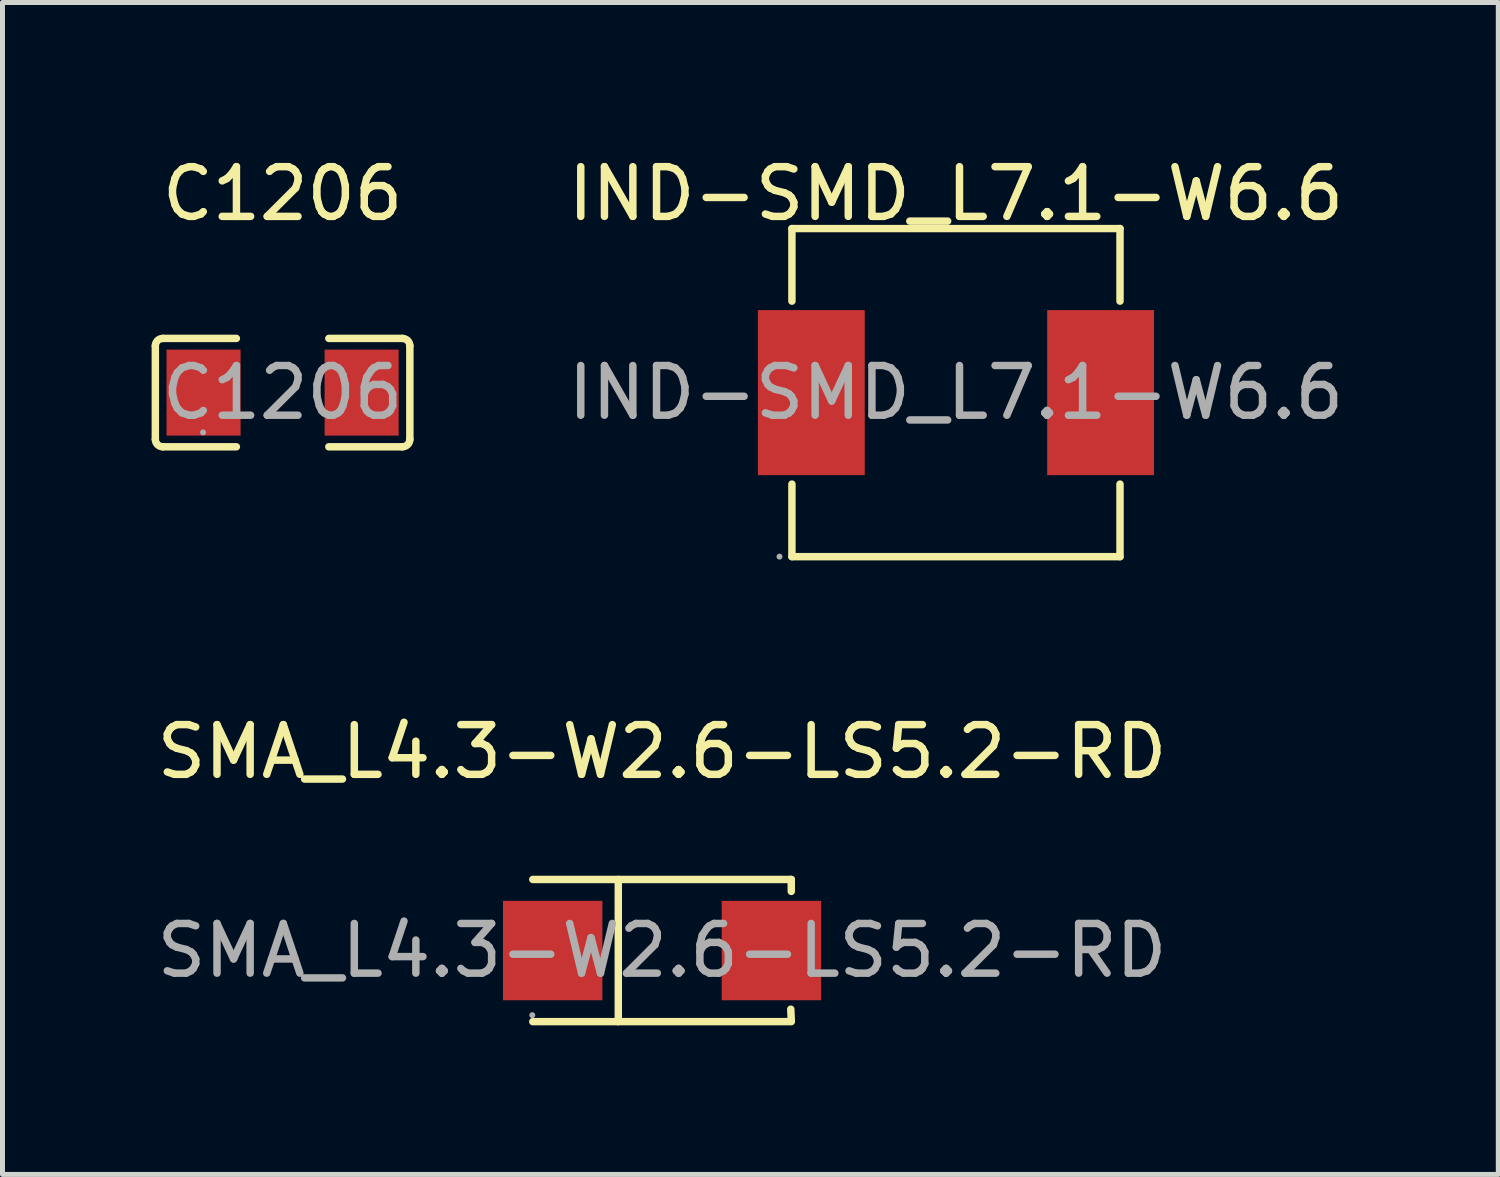
<source format=kicad_pcb>
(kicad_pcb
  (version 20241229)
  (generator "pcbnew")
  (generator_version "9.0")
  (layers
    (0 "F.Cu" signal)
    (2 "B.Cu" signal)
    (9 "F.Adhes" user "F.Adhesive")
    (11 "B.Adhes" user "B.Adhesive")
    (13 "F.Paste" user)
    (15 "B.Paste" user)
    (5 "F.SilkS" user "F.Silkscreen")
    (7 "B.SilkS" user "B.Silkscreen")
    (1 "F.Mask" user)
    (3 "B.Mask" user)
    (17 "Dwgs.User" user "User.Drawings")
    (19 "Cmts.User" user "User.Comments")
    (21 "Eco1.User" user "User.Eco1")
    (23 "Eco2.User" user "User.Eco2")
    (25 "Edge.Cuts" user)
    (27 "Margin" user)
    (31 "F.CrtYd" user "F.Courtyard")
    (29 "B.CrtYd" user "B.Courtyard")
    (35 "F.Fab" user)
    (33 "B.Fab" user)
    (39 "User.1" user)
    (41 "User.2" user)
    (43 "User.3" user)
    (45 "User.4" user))
  (footprint "IND-SMD_L7.1-W6.6"
    (layer "F.Cu")
    (at 16.181 4.848)
    (property "Reference" "IND-SMD_L7.1-W6.6" (at 0 -4 0) (layer "F.SilkS") (effects (font (size 1 1) (thickness 0.15))))
    (attr smd)
    (fp_line (start -3.3 -3.3) (end -3.3 -1.84) (stroke (width 0.15) (type solid)) (layer "F.SilkS"))
    (fp_line (start -3.3 1.84) (end -3.3 3.3) (stroke (width 0.15) (type solid)) (layer "F.SilkS"))
    (fp_line (start -3.3 3.3) (end 3.3 3.3) (stroke (width 0.15) (type solid)) (layer "F.SilkS"))
    (fp_line (start 3.3 -3.3) (end -3.3 -3.3) (stroke (width 0.15) (type solid)) (layer "F.SilkS"))
    (fp_line (start 3.3 -1.84) (end 3.3 -3.3) (stroke (width 0.15) (type solid)) (layer "F.SilkS"))
    (fp_line (start 3.3 3.3) (end 3.3 1.84) (stroke (width 0.15) (type solid)) (layer "F.SilkS"))
    (fp_circle (center -3.55 3.3) (end -3.52 3.3) (stroke (width 0.06) (type solid)) (fill no) (layer "F.Fab"))
    (fp_text user "${REFERENCE}" (at 0 0 0) (layer "F.Fab") (effects (font (size 1 1) (thickness 0.15))))
    (pad "1" smd rect (at -2.91 0) (size 2.15 3.32) (layers "F.Cu" "F.Mask" "F.Paste"))
    (pad "2" smd rect (at 2.91 0) (size 2.15 3.32) (layers "F.Cu" "F.Mask" "F.Paste")))
  (footprint "SMA_L4.3-W2.6-LS5.2-RD"
    (layer "F.Cu")
    (at 10.268 16.072)
    (property "Reference" "SMA_L4.3-W2.6-LS5.2-RD" (at 0 -4 0) (layer "F.SilkS") (effects (font (size 1 1) (thickness 0.15))))
    (attr smd)
    (fp_line (start -2.6 -1.43) (end 2.6 -1.43) (stroke (width 0.15) (type solid)) (layer "F.SilkS"))
    (fp_line (start -2.6 1.43) (end 2.6 1.43) (stroke (width 0.15) (type solid)) (layer "F.SilkS"))
    (fp_line (start -0.88 -1.43) (end -0.88 1.43) (stroke (width 0.15) (type solid)) (layer "F.SilkS"))
    (fp_line (start 2.59 1.18) (end 2.6 1.41) (stroke (width 0.15) (type solid)) (layer "F.SilkS"))
    (fp_line (start 2.6 -1.43) (end 2.6 -1.19) (stroke (width 0.15) (type solid)) (layer "F.SilkS"))
    (fp_circle (center -2.61 1.3) (end -2.58 1.3) (stroke (width 0.06) (type solid)) (fill no) (layer "F.Fab"))
    (fp_text user "${REFERENCE}" (at 0 0 0) (layer "F.Fab") (effects (font (size 1 1) (thickness 0.15))))
    (pad "1" smd rect (at -2.2 0 180) (size 2 2) (layers "F.Cu" "F.Mask" "F.Paste"))
    (pad "2" smd rect (at 2.2 0 180) (size 2 2) (layers "F.Cu" "F.Mask" "F.Paste")))
  (footprint "C1206"
    (layer "F.Cu")
    (at 2.635 4.848)
    (property "Reference" "C1206" (at 0 -4 0) (layer "F.SilkS") (effects (font (size 1 1) (thickness 0.15))))
    (attr smd)
    (fp_line (start -2.56 0.94) (end -2.56 -0.94) (stroke (width 0.15) (type solid)) (layer "F.SilkS"))
    (fp_line (start -2.41 -1.09) (end -0.93 -1.09) (stroke (width 0.15) (type solid)) (layer "F.SilkS"))
    (fp_line (start -0.93 1.09) (end -2.41 1.09) (stroke (width 0.15) (type solid)) (layer "F.SilkS"))
    (fp_line (start 0.93 1.09) (end 2.41 1.09) (stroke (width 0.15) (type solid)) (layer "F.SilkS"))
    (fp_line (start 2.41 -1.09) (end 0.93 -1.09) (stroke (width 0.15) (type solid)) (layer "F.SilkS"))
    (fp_line (start 2.56 0.94) (end 2.56 -0.94) (stroke (width 0.15) (type solid)) (layer "F.SilkS"))
    (fp_arc (start -2.56 -0.94) (mid -2.516066 -1.046066) (end -2.41 -1.09) (stroke (width 0.15) (type solid)) (layer "F.SilkS"))
    (fp_arc (start -2.41 1.09) (mid -2.516066 1.046066) (end -2.56 0.94) (stroke (width 0.15) (type solid)) (layer "F.SilkS"))
    (fp_arc (start 2.41 -1.09) (mid 2.516066 -1.046066) (end 2.56 -0.94) (stroke (width 0.15) (type solid)) (layer "F.SilkS"))
    (fp_arc (start 2.56 0.94) (mid 2.516066 1.046066) (end 2.41 1.09) (stroke (width 0.15) (type solid)) (layer "F.SilkS"))
    (fp_circle (center -1.6 0.8) (end -1.57 0.8) (stroke (width 0.06) (type solid)) (fill no) (layer "F.Fab"))
    (fp_text user "${REFERENCE}" (at 0 0 0) (layer "F.Fab") (effects (font (size 1 1) (thickness 0.15))))
    (pad "1" smd rect (at -1.59 0) (size 1.49 1.73) (layers "F.Cu" "F.Mask" "F.Paste"))
    (pad "2" smd rect (at 1.59 0) (size 1.49 1.73) (layers "F.Cu" "F.Mask" "F.Paste")))
  (gr_rect
    (start -3 -3)
    (end 27.091 20.576)
    (stroke (width 0.1) (type default))
    (fill no)
    (layer "Edge.Cuts")))
</source>
